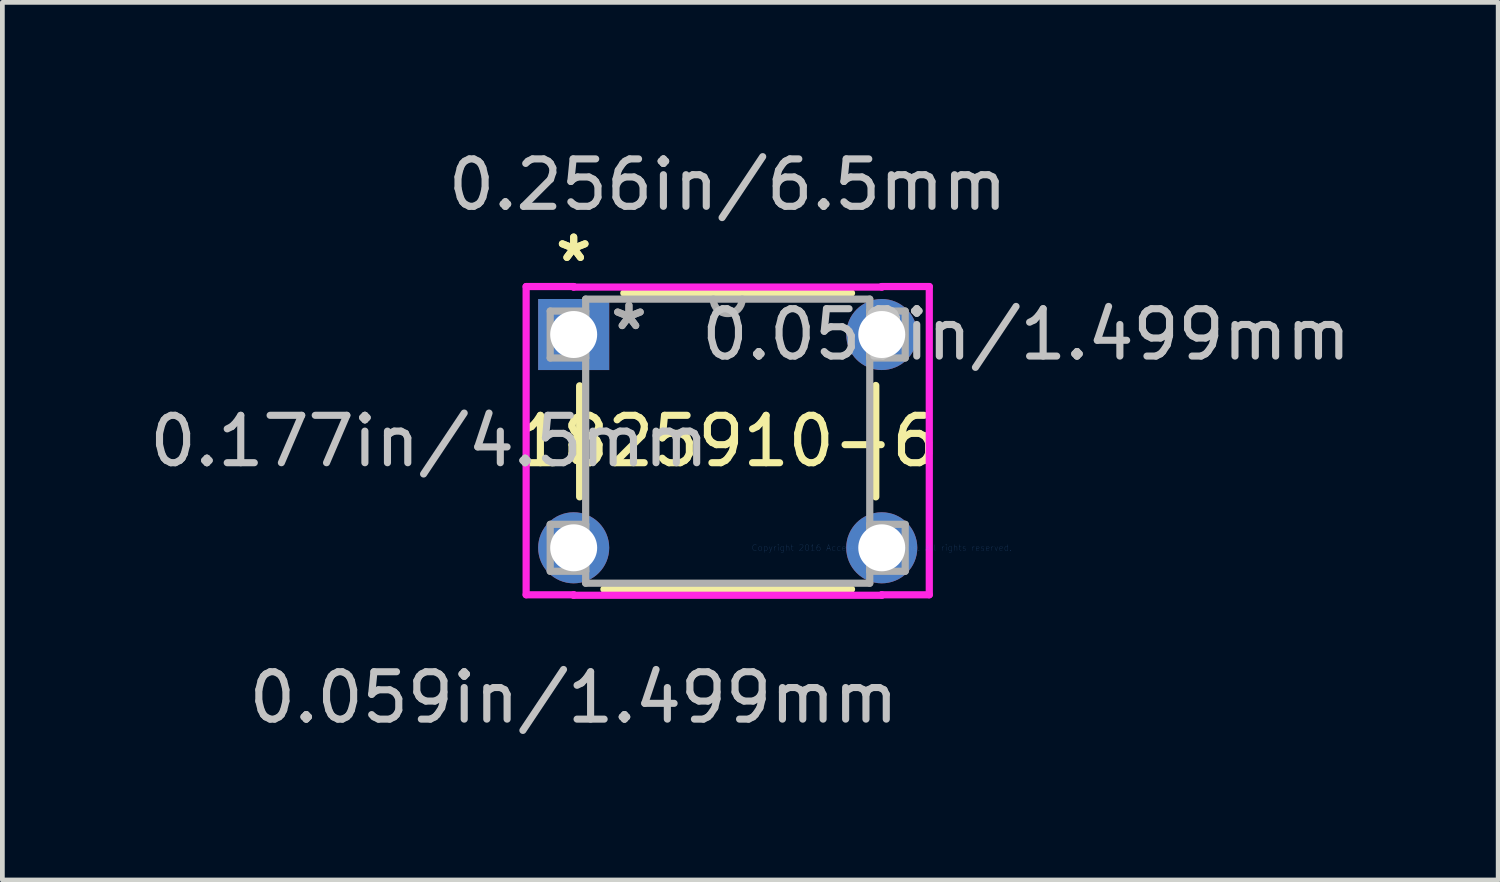
<source format=kicad_pcb>
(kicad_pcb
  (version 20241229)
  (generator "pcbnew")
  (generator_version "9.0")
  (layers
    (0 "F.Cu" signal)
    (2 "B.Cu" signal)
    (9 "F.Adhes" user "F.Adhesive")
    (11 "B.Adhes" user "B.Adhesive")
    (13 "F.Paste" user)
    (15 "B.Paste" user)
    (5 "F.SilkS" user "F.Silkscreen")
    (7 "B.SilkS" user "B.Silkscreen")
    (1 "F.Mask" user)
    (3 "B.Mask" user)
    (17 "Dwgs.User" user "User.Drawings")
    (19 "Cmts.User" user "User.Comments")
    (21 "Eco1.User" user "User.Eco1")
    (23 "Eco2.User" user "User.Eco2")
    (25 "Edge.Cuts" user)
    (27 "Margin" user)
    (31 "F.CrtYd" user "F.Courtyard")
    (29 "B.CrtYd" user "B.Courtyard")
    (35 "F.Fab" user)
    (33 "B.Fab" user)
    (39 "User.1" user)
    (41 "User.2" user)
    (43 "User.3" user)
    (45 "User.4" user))
  (footprint "1825910-6"
    (layer "F.Cu")
    (at 15.554 8.508)
    (property "Reference" "1825910-6" (at -3.25 -2.25 0) (layer "F.SilkS") (effects (font (size 1 1) (thickness 0.15))))
    (attr through_hole)
    (fp_line (start -6.374 -3.418) (end -6.374 -1.075) (stroke (width 0.152) (type solid)) (layer "F.SilkS"))
    (fp_line (start -5.862 0.874) (end -0.638 0.874) (stroke (width 0.152) (type solid)) (layer "F.SilkS"))
    (fp_line (start -0.638 -5.374) (end -5.442 -5.374) (stroke (width 0.152) (type solid)) (layer "F.SilkS"))
    (fp_line (start -0.126 -1.075) (end -0.126 -3.425) (stroke (width 0.152) (type solid)) (layer "F.SilkS"))
    (fp_line (start -7.503 -5.512) (end -7.503 0.991) (stroke (width 0.152) (type solid)) (layer "F.CrtYd"))
    (fp_line (start -7.503 0.991) (end -6.5 0.991) (stroke (width 0.152) (type solid)) (layer "F.CrtYd"))
    (fp_line (start -6.501 -5.501) (end -6.5 -5.512) (stroke (width 0.152) (type solid)) (layer "F.CrtYd"))
    (fp_line (start -6.501 1.001) (end 0.001 1.001) (stroke (width 0.152) (type solid)) (layer "F.CrtYd"))
    (fp_line (start -6.5 -5.512) (end -7.503 -5.512) (stroke (width 0.152) (type solid)) (layer "F.CrtYd"))
    (fp_line (start -6.5 0.991) (end -6.501 1.001) (stroke (width 0.152) (type solid)) (layer "F.CrtYd"))
    (fp_line (start 0 -5.512) (end 0.001 -5.501) (stroke (width 0.152) (type solid)) (layer "F.CrtYd"))
    (fp_line (start 0 0.991) (end 1.003 0.991) (stroke (width 0.152) (type solid)) (layer "F.CrtYd"))
    (fp_line (start 0.001 -5.501) (end -6.501 -5.501) (stroke (width 0.152) (type solid)) (layer "F.CrtYd"))
    (fp_line (start 0.001 1.001) (end 0 0.991) (stroke (width 0.152) (type solid)) (layer "F.CrtYd"))
    (fp_line (start 1.003 -5.512) (end 0 -5.512) (stroke (width 0.152) (type solid)) (layer "F.CrtYd"))
    (fp_line (start 1.003 0.991) (end 1.003 -5.512) (stroke (width 0.152) (type solid)) (layer "F.CrtYd"))
    (fp_line (start -6.995 -4.995) (end -6.995 -4.005) (stroke (width 0.152) (type solid)) (layer "F.Fab"))
    (fp_line (start -6.995 -4.005) (end -6.247 -4.005) (stroke (width 0.152) (type solid)) (layer "F.Fab"))
    (fp_line (start -6.995 -0.495) (end -6.995 0.495) (stroke (width 0.152) (type solid)) (layer "F.Fab"))
    (fp_line (start -6.995 0.495) (end -6.247 0.495) (stroke (width 0.152) (type solid)) (layer "F.Fab"))
    (fp_line (start -6.247 -5.247) (end -6.247 0.747) (stroke (width 0.152) (type solid)) (layer "F.Fab"))
    (fp_line (start -6.247 -4.995) (end -6.995 -4.995) (stroke (width 0.152) (type solid)) (layer "F.Fab"))
    (fp_line (start -6.247 -4.005) (end -6.247 -4.995) (stroke (width 0.152) (type solid)) (layer "F.Fab"))
    (fp_line (start -6.247 -0.495) (end -6.995 -0.495) (stroke (width 0.152) (type solid)) (layer "F.Fab"))
    (fp_line (start -6.247 0.495) (end -6.247 -0.495) (stroke (width 0.152) (type solid)) (layer "F.Fab"))
    (fp_line (start -6.247 0.747) (end -0.253 0.747) (stroke (width 0.152) (type solid)) (layer "F.Fab"))
    (fp_line (start -0.253 -5.247) (end -6.247 -5.247) (stroke (width 0.152) (type solid)) (layer "F.Fab"))
    (fp_line (start -0.253 -4.995) (end -0.253 -4.005) (stroke (width 0.152) (type solid)) (layer "F.Fab"))
    (fp_line (start -0.253 -4.005) (end 0.495 -4.005) (stroke (width 0.152) (type solid)) (layer "F.Fab"))
    (fp_line (start -0.253 -0.495) (end -0.253 0.495) (stroke (width 0.152) (type solid)) (layer "F.Fab"))
    (fp_line (start -0.253 0.495) (end 0.495 0.495) (stroke (width 0.152) (type solid)) (layer "F.Fab"))
    (fp_line (start -0.253 0.747) (end -0.253 -5.247) (stroke (width 0.152) (type solid)) (layer "F.Fab"))
    (fp_line (start 0.495 -4.995) (end -0.253 -4.995) (stroke (width 0.152) (type solid)) (layer "F.Fab"))
    (fp_line (start 0.495 -4.005) (end 0.495 -4.995) (stroke (width 0.152) (type solid)) (layer "F.Fab"))
    (fp_line (start 0.495 -0.495) (end -0.253 -0.495) (stroke (width 0.152) (type solid)) (layer "F.Fab"))
    (fp_line (start 0.495 0.495) (end 0.495 -0.495) (stroke (width 0.152) (type solid)) (layer "F.Fab"))
    (fp_arc (start -2.9452 -5.247201) (mid -3.25 -4.942401) (end -3.5548 -5.247201) (stroke (width 0.1524) (type solid)) (layer "F.Fab"))
    (fp_text user "*" (at -6.5 -6.011 0) (layer "F.SilkS") (effects (font (size 1 1) (thickness 0.15))))
    (fp_text user "*" (at -6.5 -6.011 0) (layer "F.SilkS") (effects (font (size 1 1) (thickness 0.15))))
    (fp_text user "0.256in/6.5mm" (at -3.25 -7.66 0) (layer "Dwgs.User") (effects (font (size 1 1) (thickness 0.15))))
    (fp_text user "0.177in/4.5mm" (at -9.548 -2.25 0) (layer "Dwgs.User") (effects (font (size 1 1) (thickness 0.15))))
    (fp_text user "0.059in/1.499mm" (at -6.5 3.16 0) (layer "Dwgs.User") (effects (font (size 1 1) (thickness 0.15))))
    (fp_text user "0.059in/1.499mm" (at 3.048 -4.5 0) (layer "Dwgs.User") (effects (font (size 1 1) (thickness 0.15))))
    (fp_text user "Copyright 2016 Accelerated Designs. All rights reserved." (at 0 0 0) (layer "Cmts.User") (effects (font (size 0.127 0.127) (thickness 0.002))))
    (fp_text user "*" (at -5.334 -4.572 0) (layer "F.Fab") (effects (font (size 1 1) (thickness 0.15))))
    (fp_text user "*" (at -5.334 -4.572 0) (layer "F.Fab") (effects (font (size 1 1) (thickness 0.15))))
    (pad "1" thru_hole rect (at -6.5 -4.5) (size 1.499 1.499) (drill 0.991) (layers "*.Cu" "*.Mask"))
    (pad "2" thru_hole circle (at 0.000001 -4.5) (size 1.499 1.499) (drill 0.991) (layers "*.Cu" "*.Mask"))
    (pad "3" thru_hole circle (at -6.5 0) (size 1.499 1.499) (drill 0.991) (layers "*.Cu" "*.Mask"))
    (pad "4" thru_hole circle (at 0.000001 0) (size 1.499 1.499) (drill 0.991) (layers "*.Cu" "*.Mask")))
  (gr_rect
    (start -3 -3)
    (end 28.56 15.517)
    (stroke (width 0.1) (type default))
    (fill no)
    (layer "Edge.Cuts")))
</source>
